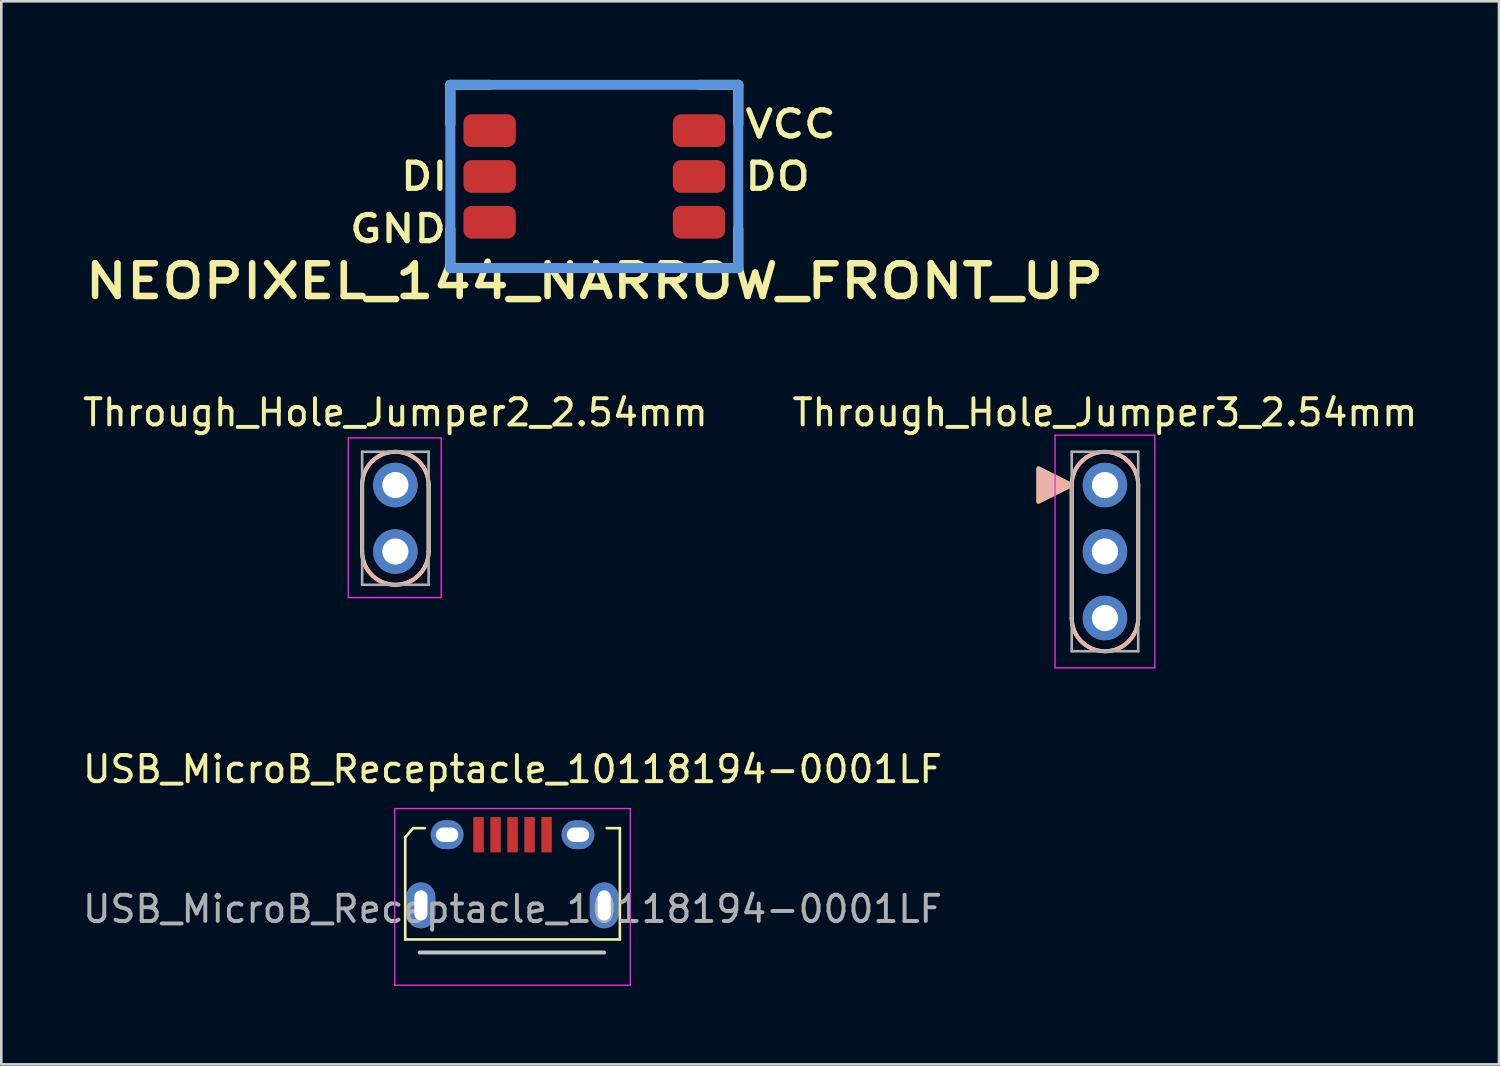
<source format=kicad_pcb>
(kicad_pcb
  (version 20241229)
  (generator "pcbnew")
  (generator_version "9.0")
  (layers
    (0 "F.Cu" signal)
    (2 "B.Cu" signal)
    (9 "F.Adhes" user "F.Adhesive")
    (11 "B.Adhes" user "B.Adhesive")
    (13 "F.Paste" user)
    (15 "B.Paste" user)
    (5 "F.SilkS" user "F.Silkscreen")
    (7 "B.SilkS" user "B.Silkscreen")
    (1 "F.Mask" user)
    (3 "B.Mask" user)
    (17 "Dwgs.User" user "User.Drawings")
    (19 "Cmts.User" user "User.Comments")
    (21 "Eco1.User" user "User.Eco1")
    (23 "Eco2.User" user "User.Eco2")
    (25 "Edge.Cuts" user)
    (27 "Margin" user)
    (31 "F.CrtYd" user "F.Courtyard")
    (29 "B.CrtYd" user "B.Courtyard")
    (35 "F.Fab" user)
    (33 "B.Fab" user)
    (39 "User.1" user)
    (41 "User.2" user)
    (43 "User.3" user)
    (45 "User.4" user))
  (footprint "USB_MicroB_Receptacle_10118194-0001LF"
    (layer "F.Cu")
    (at 16.53 28.837)
    (property "Reference" "USB_MicroB_Receptacle_10118194-0001LF" (at 0 -2.5 0) (layer "F.SilkS") (effects (font (size 1 1) (thickness 0.15))))
    (attr through_hole)
    (fp_line (start -4.1 0.1) (end -4.1 4) (stroke (width 0.1) (type solid)) (layer "F.SilkS"))
    (fp_line (start -4.1 4) (end 4.1 4) (stroke (width 0.1) (type solid)) (layer "F.SilkS"))
    (fp_line (start -3.8 -0.25) (end -4.1 0.1) (stroke (width 0.1) (type solid)) (layer "F.SilkS"))
    (fp_line (start -3.35 -0.25) (end -3.8 -0.25) (stroke (width 0.1) (type solid)) (layer "F.SilkS"))
    (fp_line (start 3.6 -0.25) (end 4.1 -0.25) (stroke (width 0.1) (type solid)) (layer "F.SilkS"))
    (fp_line (start 4.1 -0.25) (end 4.1 4) (stroke (width 0.1) (type solid)) (layer "F.SilkS"))
    (fp_line (start -3.55 4.5) (end 3.5 4.5) (stroke (width 0.15) (type solid)) (layer "Dwgs.User"))
    (fp_line (start -4.5 -1) (end 4.5 -1) (stroke (width 0.05) (type solid)) (layer "F.CrtYd"))
    (fp_line (start -4.5 5.75) (end -4.5 -1) (stroke (width 0.05) (type solid)) (layer "F.CrtYd"))
    (fp_line (start -4.5 5.75) (end 4.5 5.75) (stroke (width 0.05) (type solid)) (layer "F.CrtYd"))
    (fp_line (start 4.5 5.75) (end 4.5 -1) (stroke (width 0.05) (type solid)) (layer "F.CrtYd"))
    (fp_text user "${REFERENCE}" (at 0 2.84 0) (layer "F.Fab") (effects (font (size 1 1) (thickness 0.15))))
    (pad "1" smd rect (at -1.3 0) (size 0.4 1.35) (layers "F.Cu" "F.Mask" "F.Paste"))
    (pad "2" smd rect (at -0.65 0) (size 0.4 1.35) (layers "F.Cu" "F.Mask" "F.Paste"))
    (pad "3" smd rect (at 0 0) (size 0.4 1.35) (layers "F.Cu" "F.Mask" "F.Paste"))
    (pad "4" smd rect (at 0.65 0) (size 0.4 1.35) (layers "F.Cu" "F.Mask" "F.Paste"))
    (pad "5" smd rect (at 1.3 0) (size 0.4 1.35) (layers "F.Cu" "F.Mask" "F.Paste"))
    (pad "6" thru_hole oval (at -3.5 2.7) (size 1.1 1.75) (drill oval 0.5 1.15) (layers "*.Cu" "*.Mask"))
    (pad "6" thru_hole oval (at -2.5 0) (size 1.25 1.1) (drill oval 0.85 0.55) (layers "*.Cu" "*.Mask"))
    (pad "6" thru_hole oval (at 2.5 0) (size 1.25 1.1) (drill oval 0.85 0.55) (layers "*.Cu" "*.Mask"))
    (pad "6" thru_hole oval (at 3.5 2.7) (size 1.1 1.75) (drill oval 0.5 1.15) (layers "*.Cu" "*.Mask")))
  (footprint "Through_Hole_Jumper2_2.54mm"
    (layer "F.Cu")
    (at 12.054 15.479)
    (property "Reference" "Through_Hole_Jumper2_2.54mm" (at 0 -2.77 0) (layer "F.SilkS") (effects (font (size 1 1) (thickness 0.15))))
    (attr through_hole)
    (fp_line (start -1.27 0) (end -1.27 2.54) (stroke (width 0.15) (type solid)) (layer "F.SilkS"))
    (fp_line (start 1.27 0) (end 1.27 2.54) (stroke (width 0.15) (type solid)) (layer "F.SilkS"))
    (fp_arc (start -1.27 0) (mid 0 -1.27) (end 1.27 0) (stroke (width 0.15) (type solid)) (layer "F.SilkS"))
    (fp_arc (start 1.27 2.54) (mid 0 3.81) (end -1.27 2.54) (stroke (width 0.15) (type solid)) (layer "F.SilkS"))
    (fp_line (start -1.27 0) (end -1.27 2.54) (stroke (width 0.15) (type solid)) (layer "B.SilkS"))
    (fp_line (start 1.27 0) (end 1.27 2.54) (stroke (width 0.15) (type solid)) (layer "B.SilkS"))
    (fp_arc (start -1.27 0) (mid 0 -1.27) (end 1.27 0) (stroke (width 0.15) (type solid)) (layer "B.SilkS"))
    (fp_arc (start 1.27 2.54) (mid 0 3.81) (end -1.27 2.54) (stroke (width 0.15) (type solid)) (layer "B.SilkS"))
    (fp_line (start -1.8 -1.8) (end 1.75 -1.8) (stroke (width 0.05) (type solid)) (layer "F.CrtYd"))
    (fp_line (start -1.8 4.3) (end -1.8 -1.8) (stroke (width 0.05) (type solid)) (layer "F.CrtYd"))
    (fp_line (start 1.75 -1.8) (end 1.75 4.3) (stroke (width 0.05) (type solid)) (layer "F.CrtYd"))
    (fp_line (start 1.75 4.3) (end -1.8 4.3) (stroke (width 0.05) (type solid)) (layer "F.CrtYd"))
    (fp_line (start -1.27 -1.27) (end 1.27 -1.27) (stroke (width 0.1) (type solid)) (layer "F.Fab"))
    (fp_line (start -1.27 3.81) (end -1.27 -1.27) (stroke (width 0.1) (type solid)) (layer "F.Fab"))
    (fp_line (start 1.27 -1.27) (end 1.27 3.81) (stroke (width 0.1) (type solid)) (layer "F.Fab"))
    (fp_line (start 1.27 3.81) (end -1.27 3.81) (stroke (width 0.1) (type solid)) (layer "F.Fab"))
    (pad "1" thru_hole oval (at 0 0) (size 1.7 1.7) (drill 1) (layers "*.Cu" "*.Mask"))
    (pad "2" thru_hole oval (at 0 2.54) (size 1.7 1.7) (drill 1) (layers "*.Cu" "*.Mask")))
  (footprint "NEOPIXEL_144_NARROW_FRONT_UP"
    (layer "F.Cu")
    (at 19.654 3.691)
    (property "Reference" "NEOPIXEL_144_NARROW_FRONT_UP" (at 0 4 180) (layer "F.SilkS") (effects (font (size 1.25 1.5) (thickness 0.25))))
    (attr through_hole)
    (fp_line (start -5.5 -3.5) (end -4 -3.5) (stroke (width 0.381) (type solid)) (layer "F.SilkS"))
    (fp_line (start -5.5 -2) (end -5.5 -3.5) (stroke (width 0.381) (type solid)) (layer "F.SilkS"))
    (fp_line (start -5.5 3.5) (end -5.5 2) (stroke (width 0.381) (type solid)) (layer "F.SilkS"))
    (fp_line (start -4 3.5) (end -5.5 3.5) (stroke (width 0.381) (type solid)) (layer "F.SilkS"))
    (fp_line (start 4 -3.5) (end 5.5 -3.5) (stroke (width 0.381) (type solid)) (layer "F.SilkS"))
    (fp_line (start 5.5 -3.5) (end 5.5 -2) (stroke (width 0.381) (type solid)) (layer "F.SilkS"))
    (fp_line (start 5.5 2) (end 5.5 3.5) (stroke (width 0.381) (type solid)) (layer "F.SilkS"))
    (fp_line (start 5.5 3.5) (end 4 3.5) (stroke (width 0.381) (type solid)) (layer "F.SilkS"))
    (fp_line (start -5.5 -3.5) (end 5.5 -3.5) (stroke (width 0.381) (type solid)) (layer "Cmts.User"))
    (fp_line (start -5.5 3.5) (end -5.5 -3.5) (stroke (width 0.381) (type solid)) (layer "Cmts.User"))
    (fp_line (start 5.5 -3.5) (end 5.5 3.5) (stroke (width 0.381) (type solid)) (layer "Cmts.User"))
    (fp_line (start 5.5 3.5) (end -5.5 3.5) (stroke (width 0.381) (type solid)) (layer "Cmts.User"))
    (fp_text user "DO" (at 7 0 0) (layer "F.SilkS") (effects (font (size 1 1.2) (thickness 0.2))))
    (fp_text user "DI" (at -6.5 0 0) (layer "F.SilkS") (effects (font (size 1 1.2) (thickness 0.2))))
    (fp_text user "GND" (at -7.5 2 0) (layer "F.SilkS") (effects (font (size 1 1.2) (thickness 0.2))))
    (fp_text user "VCC" (at 7.5 -2 0) (layer "F.SilkS") (effects (font (size 1 1.2) (thickness 0.2))))
    (pad "1" smd roundrect (at -4 -1.75 180) (size 2 1.25) (layers "F.Cu" "F.Mask" "F.Paste") (roundrect_rratio 0.25))
    (pad "1" smd roundrect (at 4 -1.75 180) (size 2 1.25) (layers "F.Cu" "F.Mask" "F.Paste") (roundrect_rratio 0.25))
    (pad "2" smd roundrect (at 4 0 180) (size 2 1.25) (layers "F.Cu" "F.Mask" "F.Paste") (roundrect_rratio 0.25))
    (pad "3" smd roundrect (at -4 1.75 180) (size 2 1.25) (layers "F.Cu" "F.Mask" "F.Paste") (roundrect_rratio 0.25))
    (pad "3" smd roundrect (at 4 1.75 180) (size 2 1.25) (layers "F.Cu" "F.Mask" "F.Paste") (roundrect_rratio 0.25))
    (pad "4" smd roundrect (at -4 0 180) (size 2 1.25) (layers "F.Cu" "F.Mask" "F.Paste") (roundrect_rratio 0.25)))
  (footprint "Through_Hole_Jumper3_2.54mm"
    (layer "F.Cu")
    (at 39.161 15.479)
    (property "Reference" "Through_Hole_Jumper3_2.54mm" (at 0 -2.77 0) (layer "F.SilkS") (effects (font (size 1 1) (thickness 0.15))))
    (attr through_hole)
    (fp_line (start -1.27 0) (end -1.27 5.08) (stroke (width 0.15) (type solid)) (layer "F.SilkS"))
    (fp_line (start 1.27 0) (end 1.27 5.08) (stroke (width 0.15) (type solid)) (layer "F.SilkS"))
    (fp_arc (start -1.27 0) (mid 0 -1.27) (end 1.27 0) (stroke (width 0.15) (type solid)) (layer "F.SilkS"))
    (fp_arc (start 1.27 5.08) (mid 0 6.35) (end -1.27 5.08) (stroke (width 0.15) (type solid)) (layer "F.SilkS"))
    (fp_poly (pts (xy -2.54 -0.635) (xy -1.27 0) (xy -2.54 0.635)) (stroke (width 0.15) (type solid)) (fill yes) (layer "F.SilkS"))
    (fp_line (start -1.27 0) (end -1.27 5.08) (stroke (width 0.15) (type solid)) (layer "B.SilkS"))
    (fp_line (start 1.27 0) (end 1.27 5.08) (stroke (width 0.15) (type solid)) (layer "B.SilkS"))
    (fp_arc (start -1.27 0) (mid 0 -1.27) (end 1.27 0) (stroke (width 0.15) (type solid)) (layer "B.SilkS"))
    (fp_arc (start 1.27 5.08) (mid 0 6.35) (end -1.27 5.08) (stroke (width 0.15) (type solid)) (layer "B.SilkS"))
    (fp_poly (pts (xy -2.54 -0.635) (xy -1.27 0) (xy -2.54 0.635)) (stroke (width 0.15) (type solid)) (fill yes) (layer "B.SilkS"))
    (fp_line (start -1.905 -1.905) (end 1.905 -1.905) (stroke (width 0.05) (type solid)) (layer "F.CrtYd"))
    (fp_line (start -1.905 6.985) (end -1.905 -1.905) (stroke (width 0.05) (type solid)) (layer "F.CrtYd"))
    (fp_line (start 1.905 -1.905) (end 1.905 6.985) (stroke (width 0.05) (type solid)) (layer "F.CrtYd"))
    (fp_line (start 1.905 6.985) (end -1.905 6.985) (stroke (width 0.05) (type solid)) (layer "F.CrtYd"))
    (fp_line (start -1.27 -1.27) (end 1.27 -1.27) (stroke (width 0.1) (type solid)) (layer "F.Fab"))
    (fp_line (start -1.27 6.35) (end -1.27 -1.27) (stroke (width 0.1) (type solid)) (layer "F.Fab"))
    (fp_line (start 1.27 -1.27) (end 1.27 6.35) (stroke (width 0.1) (type solid)) (layer "F.Fab"))
    (fp_line (start 1.27 6.35) (end -1.27 6.35) (stroke (width 0.1) (type solid)) (layer "F.Fab"))
    (pad "1" thru_hole oval (at 0 0) (size 1.7 1.7) (drill 1) (layers "*.Cu" "*.Mask"))
    (pad "2" thru_hole oval (at 0 2.54) (size 1.7 1.7) (drill 1) (layers "*.Cu" "*.Mask"))
    (pad "3" thru_hole oval (at 0 5.08) (size 1.7 1.7) (drill 1) (layers "*.Cu" "*.Mask")))
  (gr_rect
    (start -3 -3)
    (end 54.214 37.612)
    (stroke (width 0.1) (type default))
    (fill no)
    (layer "Edge.Cuts")))
</source>
